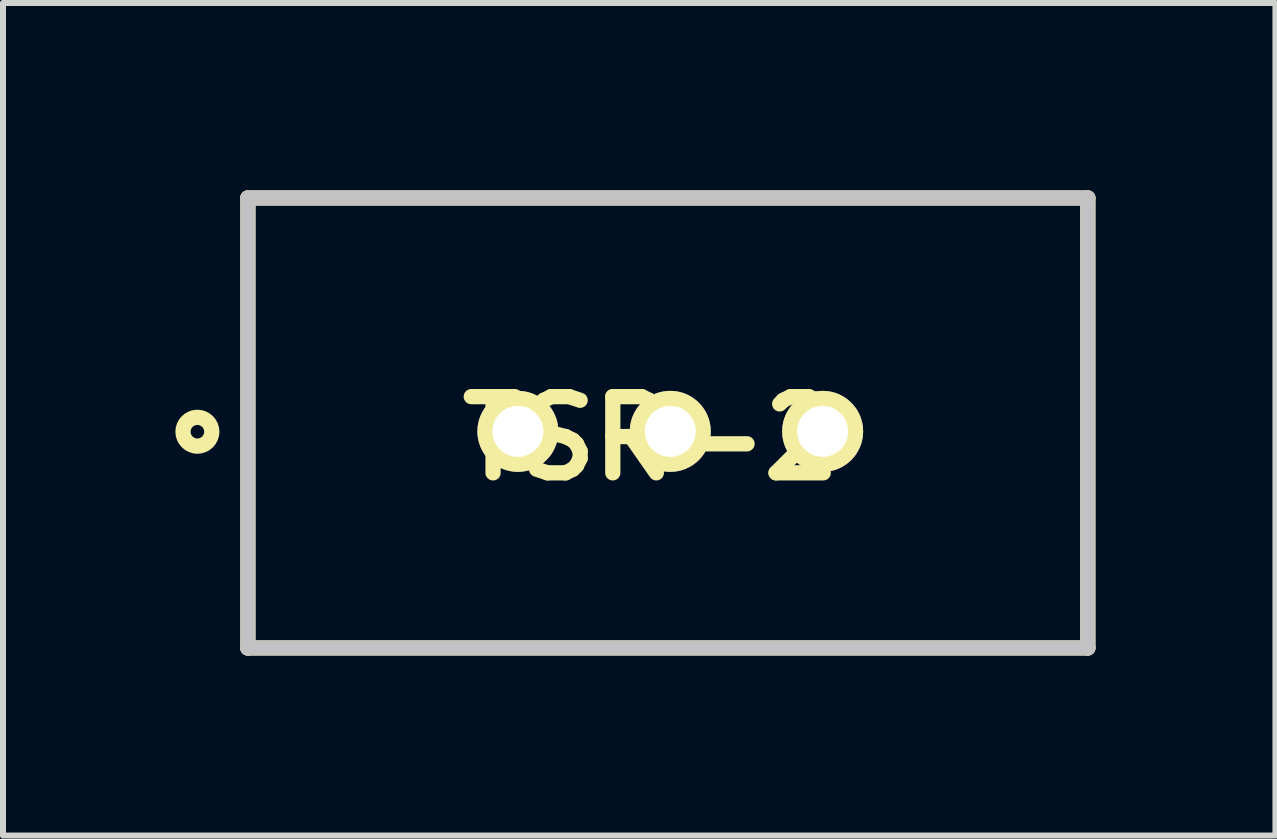
<source format=kicad_pcb>
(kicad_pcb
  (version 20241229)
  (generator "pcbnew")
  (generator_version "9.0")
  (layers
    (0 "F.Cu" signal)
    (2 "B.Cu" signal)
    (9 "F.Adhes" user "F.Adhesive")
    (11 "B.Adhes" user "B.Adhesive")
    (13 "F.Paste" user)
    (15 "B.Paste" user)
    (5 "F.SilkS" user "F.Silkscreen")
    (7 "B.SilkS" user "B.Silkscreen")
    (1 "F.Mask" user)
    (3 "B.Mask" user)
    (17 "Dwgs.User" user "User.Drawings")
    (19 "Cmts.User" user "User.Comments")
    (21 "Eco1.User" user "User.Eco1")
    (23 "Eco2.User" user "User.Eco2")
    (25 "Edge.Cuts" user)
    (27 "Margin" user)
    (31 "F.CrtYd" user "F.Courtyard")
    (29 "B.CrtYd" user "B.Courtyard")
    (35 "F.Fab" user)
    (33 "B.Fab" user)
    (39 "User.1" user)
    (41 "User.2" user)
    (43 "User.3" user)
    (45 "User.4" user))
  (footprint "TSR-2"
    (layer "F.Cu")
    (at 1.082 0.25)
    (property "Reference" "TSR-2" (at 6.717 4.007 0) (layer "F.SilkS") (effects (font (size 1.27 1.27) (thickness 0.254))))
    (attr through_hole)
    (fp_line (start 0 0) (end 14 0) (stroke (width 0.254) (type solid)) (layer "F.SilkS"))
    (fp_line (start 0 7.5) (end 0 0) (stroke (width 0.254) (type solid)) (layer "F.SilkS"))
    (fp_line (start 14 0) (end 14 7.5) (stroke (width 0.254) (type solid)) (layer "F.SilkS"))
    (fp_line (start 14 7.5) (end 0 7.5) (stroke (width 0.254) (type solid)) (layer "F.SilkS"))
    (fp_circle (center -0.842 3.896) (end -0.955 3.896) (stroke (width 0.254) (type solid)) (fill no) (layer "F.SilkS"))
    (fp_line (start 0 0) (end 14 0) (stroke (width 0.254) (type solid)) (layer "Dwgs.User"))
    (fp_line (start 0 7.5) (end 0 0) (stroke (width 0.254) (type solid)) (layer "Dwgs.User"))
    (fp_line (start 14 0) (end 14 7.5) (stroke (width 0.254) (type solid)) (layer "Dwgs.User"))
    (fp_line (start 14 7.5) (end 0 7.5) (stroke (width 0.254) (type solid)) (layer "Dwgs.User"))
    (pad "1" thru_hole circle (at 4.5 3.89 90) (size 1.35 1.35) (drill 0.85) (layers "*.Cu" "*.Mask" "F.SilkS"))
    (pad "2" thru_hole circle (at 7.04 3.89 90) (size 1.35 1.35) (drill 0.85) (layers "*.Cu" "*.Mask" "F.SilkS"))
    (pad "3" thru_hole circle (at 9.58 3.89 90) (size 1.35 1.35) (drill 0.85) (layers "*.Cu" "*.Mask" "F.SilkS")))
  (gr_rect
    (start -3 -3)
    (end 18.209 10.877)
    (stroke (width 0.1) (type default))
    (fill no)
    (layer "Edge.Cuts")))
</source>
